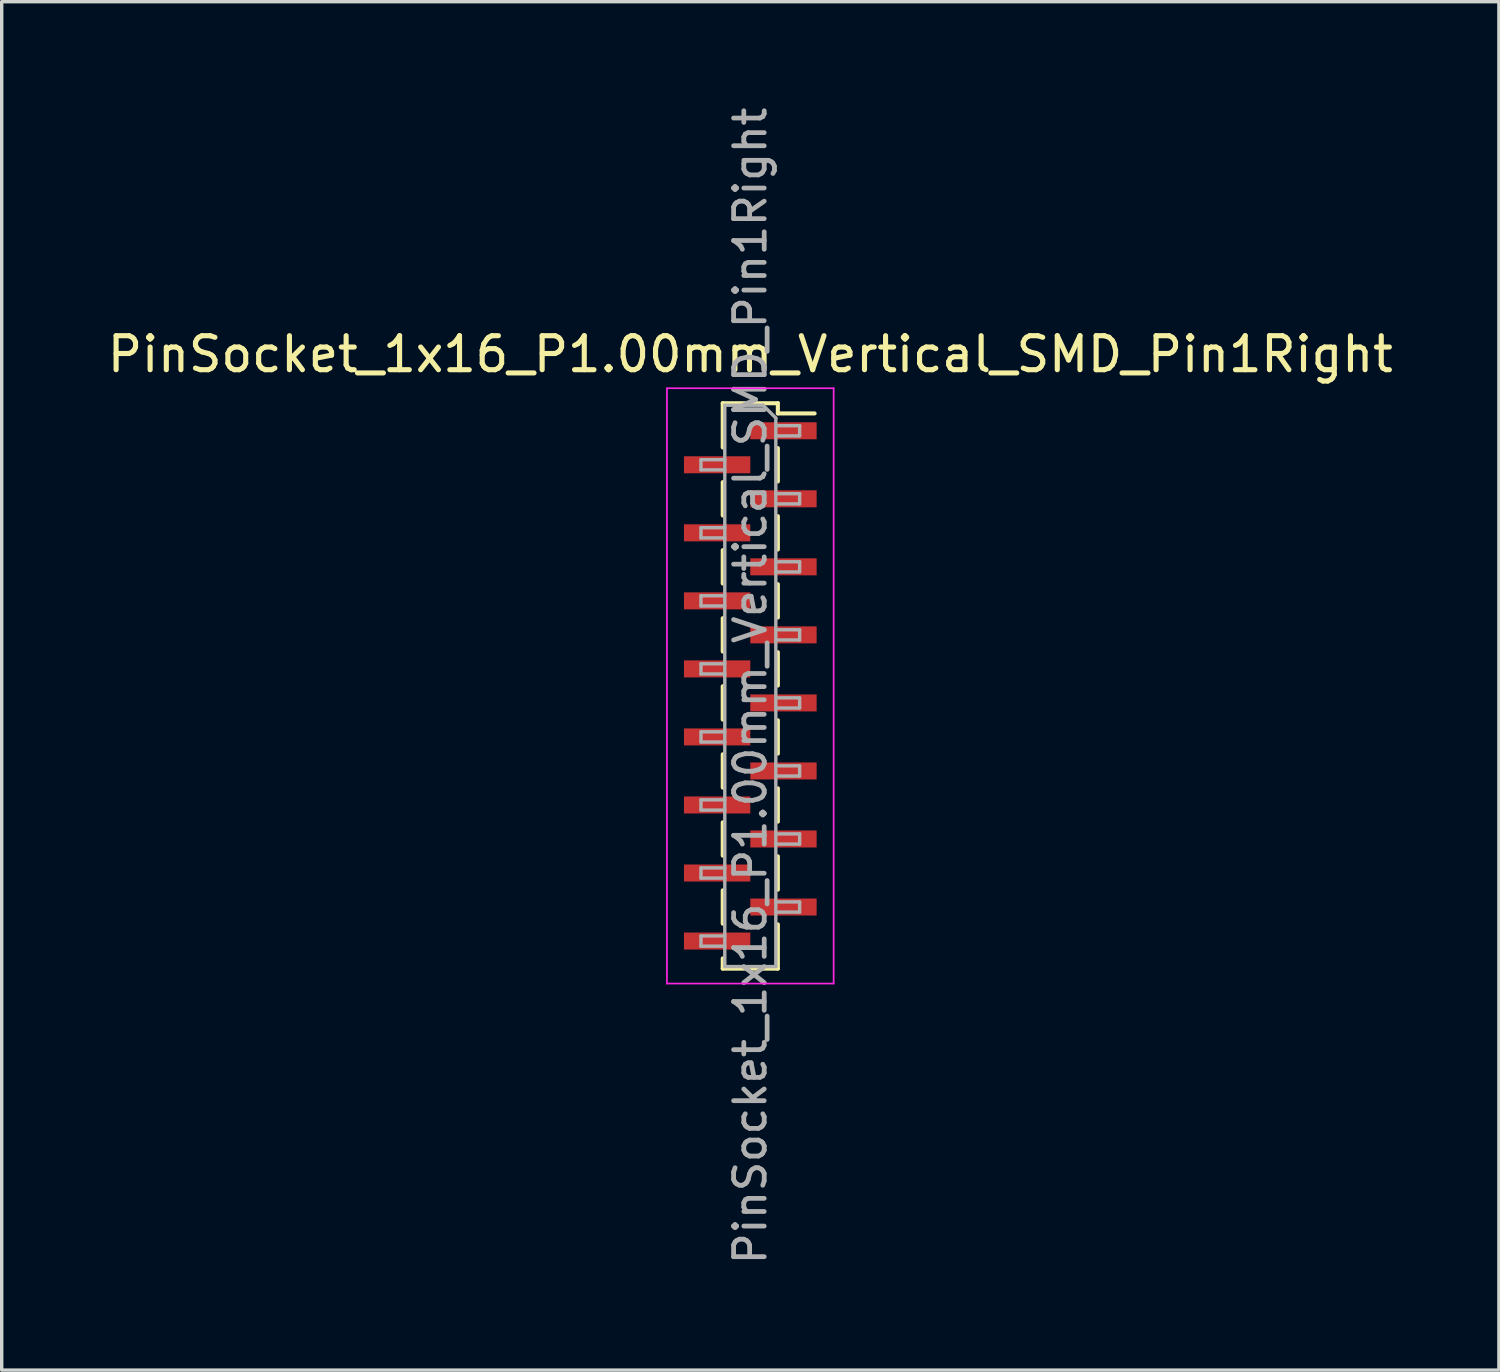
<source format=kicad_pcb>
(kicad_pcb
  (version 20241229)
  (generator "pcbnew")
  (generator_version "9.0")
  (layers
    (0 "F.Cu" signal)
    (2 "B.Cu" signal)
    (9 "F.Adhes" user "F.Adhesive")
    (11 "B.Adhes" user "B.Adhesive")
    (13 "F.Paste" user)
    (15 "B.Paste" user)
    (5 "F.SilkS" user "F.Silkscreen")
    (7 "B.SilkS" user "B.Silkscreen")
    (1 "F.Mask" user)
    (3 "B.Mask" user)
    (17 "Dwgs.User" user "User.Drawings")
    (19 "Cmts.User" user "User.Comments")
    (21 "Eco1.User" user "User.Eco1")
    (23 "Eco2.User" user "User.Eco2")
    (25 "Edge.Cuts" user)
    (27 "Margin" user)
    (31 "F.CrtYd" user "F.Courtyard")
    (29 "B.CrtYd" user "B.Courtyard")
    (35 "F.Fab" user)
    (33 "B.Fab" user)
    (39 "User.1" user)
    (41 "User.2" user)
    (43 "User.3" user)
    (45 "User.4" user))
  (footprint "PinSocket_1x16_P1.00mm_Vertical_SMD_Pin1Right"
    (layer "F.Cu")
    (at 19.006 17.113)
    (property "Reference" "PinSocket_1x16_P1.00mm_Vertical_SMD_Pin1Right" (at 0 -9.75 0) (layer "F.SilkS") (effects (font (size 1 1) (thickness 0.15))))
    (attr smd)
    (fp_line (start -0.81 -8.31) (end -0.81 -7.01) (stroke (width 0.12) (type solid)) (layer "F.SilkS"))
    (fp_line (start -0.81 -8.31) (end 0.81 -8.31) (stroke (width 0.12) (type solid)) (layer "F.SilkS"))
    (fp_line (start -0.81 -5.99) (end -0.81 -5.01) (stroke (width 0.12) (type solid)) (layer "F.SilkS"))
    (fp_line (start -0.81 -3.99) (end -0.81 -3.01) (stroke (width 0.12) (type solid)) (layer "F.SilkS"))
    (fp_line (start -0.81 -1.99) (end -0.81 -1.01) (stroke (width 0.12) (type solid)) (layer "F.SilkS"))
    (fp_line (start -0.81 0.01) (end -0.81 0.99) (stroke (width 0.12) (type solid)) (layer "F.SilkS"))
    (fp_line (start -0.81 2.01) (end -0.81 2.99) (stroke (width 0.12) (type solid)) (layer "F.SilkS"))
    (fp_line (start -0.81 4.01) (end -0.81 4.99) (stroke (width 0.12) (type solid)) (layer "F.SilkS"))
    (fp_line (start -0.81 6.01) (end -0.81 6.99) (stroke (width 0.12) (type solid)) (layer "F.SilkS"))
    (fp_line (start -0.81 8.01) (end -0.81 8.31) (stroke (width 0.12) (type solid)) (layer "F.SilkS"))
    (fp_line (start -0.81 8.31) (end 0.81 8.31) (stroke (width 0.12) (type solid)) (layer "F.SilkS"))
    (fp_line (start 0.81 -8.31) (end 0.81 -8.01) (stroke (width 0.12) (type solid)) (layer "F.SilkS"))
    (fp_line (start 0.81 -8.01) (end 1.89 -8.01) (stroke (width 0.12) (type solid)) (layer "F.SilkS"))
    (fp_line (start 0.81 -6.99) (end 0.81 -6.01) (stroke (width 0.12) (type solid)) (layer "F.SilkS"))
    (fp_line (start 0.81 -4.99) (end 0.81 -4.01) (stroke (width 0.12) (type solid)) (layer "F.SilkS"))
    (fp_line (start 0.81 -2.99) (end 0.81 -2.01) (stroke (width 0.12) (type solid)) (layer "F.SilkS"))
    (fp_line (start 0.81 -0.99) (end 0.81 -0.01) (stroke (width 0.12) (type solid)) (layer "F.SilkS"))
    (fp_line (start 0.81 1.01) (end 0.81 1.99) (stroke (width 0.12) (type solid)) (layer "F.SilkS"))
    (fp_line (start 0.81 3.01) (end 0.81 3.99) (stroke (width 0.12) (type solid)) (layer "F.SilkS"))
    (fp_line (start 0.81 5.01) (end 0.81 5.99) (stroke (width 0.12) (type solid)) (layer "F.SilkS"))
    (fp_line (start 0.81 7.01) (end 0.81 8.31) (stroke (width 0.12) (type solid)) (layer "F.SilkS"))
    (fp_line (start -2.45 -8.75) (end 2.45 -8.75) (stroke (width 0.05) (type solid)) (layer "F.CrtYd"))
    (fp_line (start -2.45 8.75) (end -2.45 -8.75) (stroke (width 0.05) (type solid)) (layer "F.CrtYd"))
    (fp_line (start 2.45 -8.75) (end 2.45 8.75) (stroke (width 0.05) (type solid)) (layer "F.CrtYd"))
    (fp_line (start 2.45 8.75) (end -2.45 8.75) (stroke (width 0.05) (type solid)) (layer "F.CrtYd"))
    (fp_line (start -1.45 -6.65) (end -0.75 -6.65) (stroke (width 0.1) (type solid)) (layer "F.Fab"))
    (fp_line (start -1.45 -6.35) (end -1.45 -6.65) (stroke (width 0.1) (type solid)) (layer "F.Fab"))
    (fp_line (start -1.45 -4.65) (end -0.75 -4.65) (stroke (width 0.1) (type solid)) (layer "F.Fab"))
    (fp_line (start -1.45 -4.35) (end -1.45 -4.65) (stroke (width 0.1) (type solid)) (layer "F.Fab"))
    (fp_line (start -1.45 -2.65) (end -0.75 -2.65) (stroke (width 0.1) (type solid)) (layer "F.Fab"))
    (fp_line (start -1.45 -2.35) (end -1.45 -2.65) (stroke (width 0.1) (type solid)) (layer "F.Fab"))
    (fp_line (start -1.45 -0.65) (end -0.75 -0.65) (stroke (width 0.1) (type solid)) (layer "F.Fab"))
    (fp_line (start -1.45 -0.35) (end -1.45 -0.65) (stroke (width 0.1) (type solid)) (layer "F.Fab"))
    (fp_line (start -1.45 1.35) (end -0.75 1.35) (stroke (width 0.1) (type solid)) (layer "F.Fab"))
    (fp_line (start -1.45 1.65) (end -1.45 1.35) (stroke (width 0.1) (type solid)) (layer "F.Fab"))
    (fp_line (start -1.45 3.35) (end -0.75 3.35) (stroke (width 0.1) (type solid)) (layer "F.Fab"))
    (fp_line (start -1.45 3.65) (end -1.45 3.35) (stroke (width 0.1) (type solid)) (layer "F.Fab"))
    (fp_line (start -1.45 5.35) (end -0.75 5.35) (stroke (width 0.1) (type solid)) (layer "F.Fab"))
    (fp_line (start -1.45 5.65) (end -1.45 5.35) (stroke (width 0.1) (type solid)) (layer "F.Fab"))
    (fp_line (start -1.45 7.35) (end -0.75 7.35) (stroke (width 0.1) (type solid)) (layer "F.Fab"))
    (fp_line (start -1.45 7.65) (end -1.45 7.35) (stroke (width 0.1) (type solid)) (layer "F.Fab"))
    (fp_line (start -0.75 -8.25) (end 0.375 -8.25) (stroke (width 0.1) (type solid)) (layer "F.Fab"))
    (fp_line (start -0.75 -6.35) (end -1.45 -6.35) (stroke (width 0.1) (type solid)) (layer "F.Fab"))
    (fp_line (start -0.75 -4.35) (end -1.45 -4.35) (stroke (width 0.1) (type solid)) (layer "F.Fab"))
    (fp_line (start -0.75 -2.35) (end -1.45 -2.35) (stroke (width 0.1) (type solid)) (layer "F.Fab"))
    (fp_line (start -0.75 -0.35) (end -1.45 -0.35) (stroke (width 0.1) (type solid)) (layer "F.Fab"))
    (fp_line (start -0.75 1.65) (end -1.45 1.65) (stroke (width 0.1) (type solid)) (layer "F.Fab"))
    (fp_line (start -0.75 3.65) (end -1.45 3.65) (stroke (width 0.1) (type solid)) (layer "F.Fab"))
    (fp_line (start -0.75 5.65) (end -1.45 5.65) (stroke (width 0.1) (type solid)) (layer "F.Fab"))
    (fp_line (start -0.75 7.65) (end -1.45 7.65) (stroke (width 0.1) (type solid)) (layer "F.Fab"))
    (fp_line (start -0.75 8.25) (end -0.75 -8.25) (stroke (width 0.1) (type solid)) (layer "F.Fab"))
    (fp_line (start 0.375 -8.25) (end 0.75 -7.875) (stroke (width 0.1) (type solid)) (layer "F.Fab"))
    (fp_line (start 0.75 -7.875) (end 0.75 8.25) (stroke (width 0.1) (type solid)) (layer "F.Fab"))
    (fp_line (start 0.75 -7.65) (end 1.45 -7.65) (stroke (width 0.1) (type solid)) (layer "F.Fab"))
    (fp_line (start 0.75 -5.65) (end 1.45 -5.65) (stroke (width 0.1) (type solid)) (layer "F.Fab"))
    (fp_line (start 0.75 -3.65) (end 1.45 -3.65) (stroke (width 0.1) (type solid)) (layer "F.Fab"))
    (fp_line (start 0.75 -1.65) (end 1.45 -1.65) (stroke (width 0.1) (type solid)) (layer "F.Fab"))
    (fp_line (start 0.75 0.35) (end 1.45 0.35) (stroke (width 0.1) (type solid)) (layer "F.Fab"))
    (fp_line (start 0.75 2.35) (end 1.45 2.35) (stroke (width 0.1) (type solid)) (layer "F.Fab"))
    (fp_line (start 0.75 4.35) (end 1.45 4.35) (stroke (width 0.1) (type solid)) (layer "F.Fab"))
    (fp_line (start 0.75 6.35) (end 1.45 6.35) (stroke (width 0.1) (type solid)) (layer "F.Fab"))
    (fp_line (start 0.75 8.25) (end -0.75 8.25) (stroke (width 0.1) (type solid)) (layer "F.Fab"))
    (fp_line (start 1.45 -7.65) (end 1.45 -7.35) (stroke (width 0.1) (type solid)) (layer "F.Fab"))
    (fp_line (start 1.45 -7.35) (end 0.75 -7.35) (stroke (width 0.1) (type solid)) (layer "F.Fab"))
    (fp_line (start 1.45 -5.65) (end 1.45 -5.35) (stroke (width 0.1) (type solid)) (layer "F.Fab"))
    (fp_line (start 1.45 -5.35) (end 0.75 -5.35) (stroke (width 0.1) (type solid)) (layer "F.Fab"))
    (fp_line (start 1.45 -3.65) (end 1.45 -3.35) (stroke (width 0.1) (type solid)) (layer "F.Fab"))
    (fp_line (start 1.45 -3.35) (end 0.75 -3.35) (stroke (width 0.1) (type solid)) (layer "F.Fab"))
    (fp_line (start 1.45 -1.65) (end 1.45 -1.35) (stroke (width 0.1) (type solid)) (layer "F.Fab"))
    (fp_line (start 1.45 -1.35) (end 0.75 -1.35) (stroke (width 0.1) (type solid)) (layer "F.Fab"))
    (fp_line (start 1.45 0.35) (end 1.45 0.65) (stroke (width 0.1) (type solid)) (layer "F.Fab"))
    (fp_line (start 1.45 0.65) (end 0.75 0.65) (stroke (width 0.1) (type solid)) (layer "F.Fab"))
    (fp_line (start 1.45 2.35) (end 1.45 2.65) (stroke (width 0.1) (type solid)) (layer "F.Fab"))
    (fp_line (start 1.45 2.65) (end 0.75 2.65) (stroke (width 0.1) (type solid)) (layer "F.Fab"))
    (fp_line (start 1.45 4.35) (end 1.45 4.65) (stroke (width 0.1) (type solid)) (layer "F.Fab"))
    (fp_line (start 1.45 4.65) (end 0.75 4.65) (stroke (width 0.1) (type solid)) (layer "F.Fab"))
    (fp_line (start 1.45 6.35) (end 1.45 6.65) (stroke (width 0.1) (type solid)) (layer "F.Fab"))
    (fp_line (start 1.45 6.65) (end 0.75 6.65) (stroke (width 0.1) (type solid)) (layer "F.Fab"))
    (fp_text user "${REFERENCE}" (at 0 0 90) (layer "F.Fab") (effects (font (size 0.9 0.9) (thickness 0.14))))
    (pad "1" smd rect (at 0.975 -7.5) (size 1.95 0.5) (layers "F.Cu" "F.Mask" "F.Paste"))
    (pad "2" smd rect (at -0.975 -6.5) (size 1.95 0.5) (layers "F.Cu" "F.Mask" "F.Paste"))
    (pad "3" smd rect (at 0.975 -5.5) (size 1.95 0.5) (layers "F.Cu" "F.Mask" "F.Paste"))
    (pad "4" smd rect (at -0.975 -4.5) (size 1.95 0.5) (layers "F.Cu" "F.Mask" "F.Paste"))
    (pad "5" smd rect (at 0.975 -3.5) (size 1.95 0.5) (layers "F.Cu" "F.Mask" "F.Paste"))
    (pad "6" smd rect (at -0.975 -2.5) (size 1.95 0.5) (layers "F.Cu" "F.Mask" "F.Paste"))
    (pad "7" smd rect (at 0.975 -1.5) (size 1.95 0.5) (layers "F.Cu" "F.Mask" "F.Paste"))
    (pad "8" smd rect (at -0.975 -0.5) (size 1.95 0.5) (layers "F.Cu" "F.Mask" "F.Paste"))
    (pad "9" smd rect (at 0.975 0.5) (size 1.95 0.5) (layers "F.Cu" "F.Mask" "F.Paste"))
    (pad "10" smd rect (at -0.975 1.5) (size 1.95 0.5) (layers "F.Cu" "F.Mask" "F.Paste"))
    (pad "11" smd rect (at 0.975 2.5) (size 1.95 0.5) (layers "F.Cu" "F.Mask" "F.Paste"))
    (pad "12" smd rect (at -0.975 3.5) (size 1.95 0.5) (layers "F.Cu" "F.Mask" "F.Paste"))
    (pad "13" smd rect (at 0.975 4.5) (size 1.95 0.5) (layers "F.Cu" "F.Mask" "F.Paste"))
    (pad "14" smd rect (at -0.975 5.5) (size 1.95 0.5) (layers "F.Cu" "F.Mask" "F.Paste"))
    (pad "15" smd rect (at 0.975 6.5) (size 1.95 0.5) (layers "F.Cu" "F.Mask" "F.Paste"))
    (pad "16" smd rect (at -0.975 7.5) (size 1.95 0.5) (layers "F.Cu" "F.Mask" "F.Paste")))
  (gr_rect
    (start -3 -3)
    (end 41.012 37.226)
    (stroke (width 0.1) (type default))
    (fill no)
    (layer "Edge.Cuts")))
</source>
